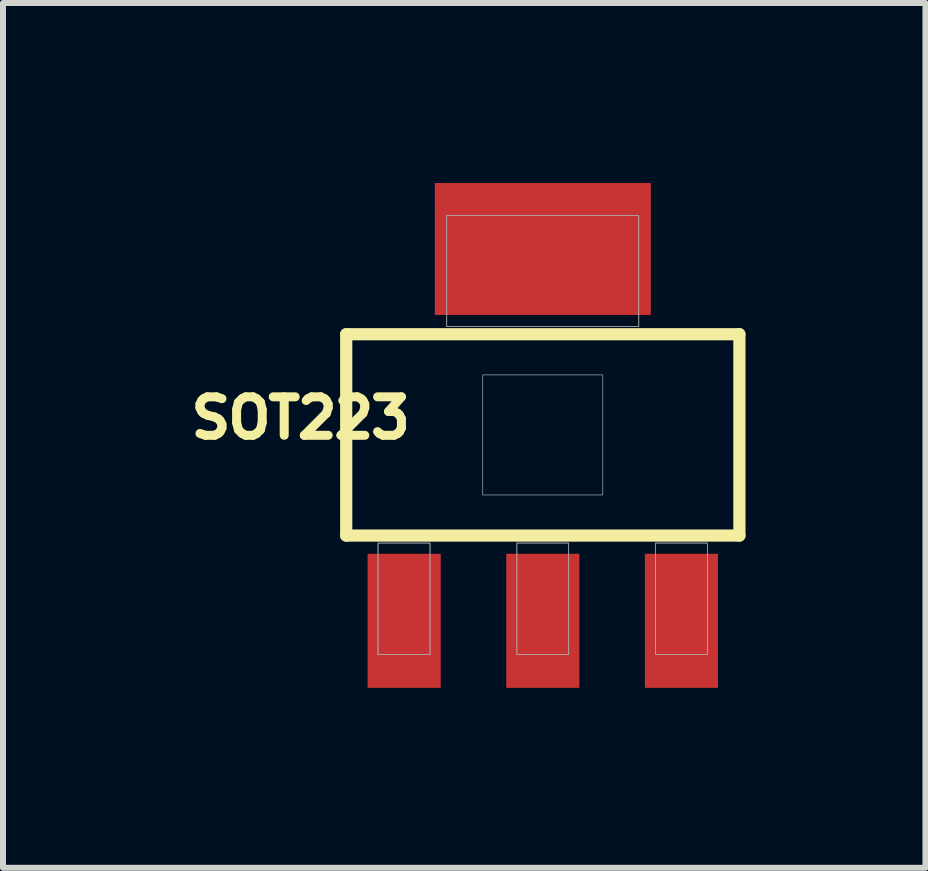
<source format=kicad_pcb>
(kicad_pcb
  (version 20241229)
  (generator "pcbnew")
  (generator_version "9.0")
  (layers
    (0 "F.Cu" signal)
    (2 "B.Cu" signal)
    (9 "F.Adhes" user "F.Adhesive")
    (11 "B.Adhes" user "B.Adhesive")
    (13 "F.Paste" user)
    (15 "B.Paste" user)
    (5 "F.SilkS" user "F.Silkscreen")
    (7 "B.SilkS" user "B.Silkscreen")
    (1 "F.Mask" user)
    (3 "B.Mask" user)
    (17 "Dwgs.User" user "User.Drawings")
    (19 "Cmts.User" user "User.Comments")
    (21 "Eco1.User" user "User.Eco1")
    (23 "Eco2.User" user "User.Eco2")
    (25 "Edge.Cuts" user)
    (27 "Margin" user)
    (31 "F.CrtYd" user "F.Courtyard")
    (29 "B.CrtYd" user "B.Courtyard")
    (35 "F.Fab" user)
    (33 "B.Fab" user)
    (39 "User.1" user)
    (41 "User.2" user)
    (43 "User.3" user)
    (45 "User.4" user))
  (footprint "SOT223"
    (layer "F.Cu")
    (at 5.998 4.199)
    (property "Reference" "SOT223" (at -4.036 -0.282 180) (layer "F.SilkS") (effects (font (size 0.641 0.641) (thickness 0.15))))
    (attr smd)
    (fp_line (start -3.277 -1.678) (end 3.277 -1.678) (stroke (width 0.203) (type solid)) (layer "F.SilkS"))
    (fp_line (start -3.277 1.678) (end -3.277 -1.678) (stroke (width 0.203) (type solid)) (layer "F.SilkS"))
    (fp_line (start 3.277 -1.678) (end 3.277 1.678) (stroke (width 0.203) (type solid)) (layer "F.SilkS"))
    (fp_line (start 3.277 1.678) (end -3.277 1.678) (stroke (width 0.203) (type solid)) (layer "F.SilkS"))
    (fp_poly (pts (xy -1.001 -1) (xy 1 -1) (xy 1 1.001) (xy -1.001 1.001)) (stroke (width 0.01) (type solid)) (fill no) (layer "Dwgs.User"))
    (fp_poly (pts (xy -2.748 1.803) (xy -1.88 1.803) (xy -1.88 3.663) (xy -2.748 3.663)) (stroke (width 0.01) (type solid)) (fill no) (layer "F.Fab"))
    (fp_poly (pts (xy -2.746 1.803) (xy -1.88 1.803) (xy -1.88 3.661) (xy -2.746 3.661)) (stroke (width 0.01) (type solid)) (fill no) (layer "F.Fab"))
    (fp_poly (pts (xy -1.601 -3.658) (xy 1.6 -3.658) (xy 1.6 -1.804) (xy -1.601 -1.804)) (stroke (width 0.01) (type solid)) (fill no) (layer "F.Fab"))
    (fp_poly (pts (xy -1.601 -3.658) (xy 1.6 -3.658) (xy 1.6 -1.804) (xy -1.601 -1.804)) (stroke (width 0.01) (type solid)) (fill no) (layer "F.Fab"))
    (fp_poly (pts (xy -0.432 1.803) (xy 0.432 1.803) (xy 0.432 3.661) (xy -0.432 3.661)) (stroke (width 0.01) (type solid)) (fill no) (layer "F.Fab"))
    (fp_poly (pts (xy -0.432 1.803) (xy 0.432 1.803) (xy 0.432 3.658) (xy -0.432 3.658)) (stroke (width 0.01) (type solid)) (fill no) (layer "F.Fab"))
    (fp_poly (pts (xy 1.88 1.803) (xy 2.743 1.803) (xy 2.743 3.658) (xy 1.88 3.658)) (stroke (width 0.01) (type solid)) (fill no) (layer "F.Fab"))
    (fp_poly (pts (xy 1.88 1.803) (xy 2.743 1.803) (xy 2.743 3.658) (xy 1.88 3.658)) (stroke (width 0.01) (type solid)) (fill no) (layer "F.Fab"))
    (pad "1" smd rect (at -2.311 3.099) (size 1.219 2.235) (layers "F.Cu" "F.Mask" "F.Paste"))
    (pad "2" smd rect (at 0 3.099) (size 1.219 2.235) (layers "F.Cu" "F.Mask" "F.Paste"))
    (pad "3" smd rect (at 2.311 3.099) (size 1.219 2.235) (layers "F.Cu" "F.Mask" "F.Paste"))
    (pad "4" smd rect (at 0 -3.099) (size 3.6 2.2) (layers "F.Cu" "F.Mask" "F.Paste")))
  (gr_rect
    (start -3 -3)
    (end 12.376 11.415)
    (stroke (width 0.1) (type default))
    (fill no)
    (layer "Edge.Cuts")))
</source>
